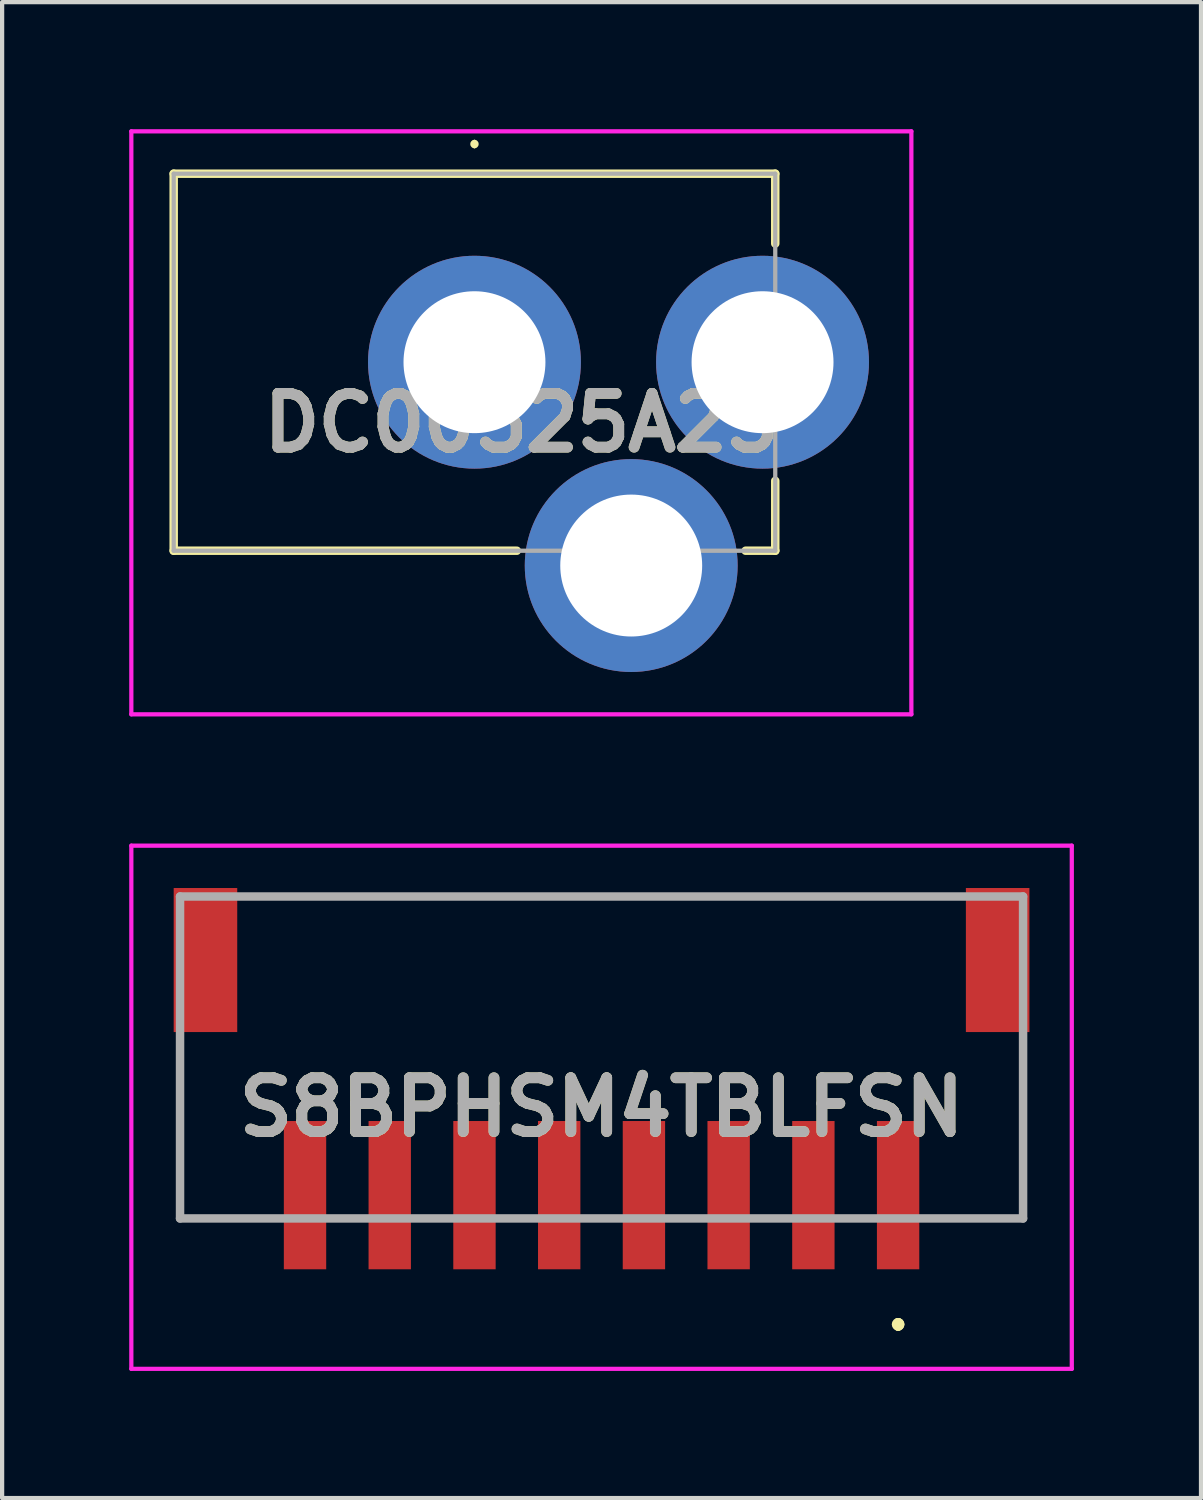
<source format=kicad_pcb>
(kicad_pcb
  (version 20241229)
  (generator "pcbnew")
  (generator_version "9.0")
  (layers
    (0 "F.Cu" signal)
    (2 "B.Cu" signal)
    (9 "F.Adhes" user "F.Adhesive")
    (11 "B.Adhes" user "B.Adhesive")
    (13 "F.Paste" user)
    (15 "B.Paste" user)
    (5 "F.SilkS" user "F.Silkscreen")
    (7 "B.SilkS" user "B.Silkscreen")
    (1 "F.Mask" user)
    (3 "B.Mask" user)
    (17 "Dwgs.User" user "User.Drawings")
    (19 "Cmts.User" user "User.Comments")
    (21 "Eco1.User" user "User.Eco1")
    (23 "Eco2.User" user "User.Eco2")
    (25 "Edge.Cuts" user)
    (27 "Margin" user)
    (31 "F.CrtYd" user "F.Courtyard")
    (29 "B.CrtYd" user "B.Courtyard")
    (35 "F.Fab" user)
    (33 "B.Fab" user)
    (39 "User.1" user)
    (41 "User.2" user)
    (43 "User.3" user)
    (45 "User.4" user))
  (footprint "S8BPHSM4TBLFSN"
    (layer "F.Cu")
    (at 11.15 21.912)
    (property "Reference" "S8BPHSM4TBLFSN" (at 0 1.175 0) (layer "F.SilkS") (effects (font (size 1.27 1.27) (thickness 0.254))))
    (attr smd)
    (fp_line (start -9.95 0) (end -9.95 0) (stroke (width 0.1) (type solid)) (layer "F.SilkS"))
    (fp_line (start -9.95 0) (end -9.95 3.8) (stroke (width 0.1) (type solid)) (layer "F.SilkS"))
    (fp_line (start -9.95 3.8) (end -9.95 0) (stroke (width 0.1) (type solid)) (layer "F.SilkS"))
    (fp_line (start -9.95 3.8) (end -9.95 3.8) (stroke (width 0.1) (type solid)) (layer "F.SilkS"))
    (fp_line (start -9.95 3.8) (end -9.95 3.8) (stroke (width 0.1) (type solid)) (layer "F.SilkS"))
    (fp_line (start -9.95 3.8) (end -8.25 3.8) (stroke (width 0.1) (type solid)) (layer "F.SilkS"))
    (fp_line (start -8.25 3.8) (end -9.95 3.8) (stroke (width 0.1) (type solid)) (layer "F.SilkS"))
    (fp_line (start -8.25 3.8) (end -8.25 3.8) (stroke (width 0.1) (type solid)) (layer "F.SilkS"))
    (fp_line (start -8 -3.8) (end -8 -3.8) (stroke (width 0.1) (type solid)) (layer "F.SilkS"))
    (fp_line (start -8 -3.8) (end 8 -3.8) (stroke (width 0.1) (type solid)) (layer "F.SilkS"))
    (fp_line (start 7 6.25) (end 7 6.25) (stroke (width 0.2) (type solid)) (layer "F.SilkS"))
    (fp_line (start 7 6.35) (end 7 6.35) (stroke (width 0.2) (type solid)) (layer "F.SilkS"))
    (fp_line (start 7 6.35) (end 7 6.35) (stroke (width 0.2) (type solid)) (layer "F.SilkS"))
    (fp_line (start 8 -3.8) (end -8 -3.8) (stroke (width 0.1) (type solid)) (layer "F.SilkS"))
    (fp_line (start 8 -3.8) (end 8 -3.8) (stroke (width 0.1) (type solid)) (layer "F.SilkS"))
    (fp_line (start 8.25 3.8) (end 8.25 3.8) (stroke (width 0.1) (type solid)) (layer "F.SilkS"))
    (fp_line (start 8.25 3.8) (end 9.95 3.8) (stroke (width 0.1) (type solid)) (layer "F.SilkS"))
    (fp_line (start 9.95 0) (end 9.95 0) (stroke (width 0.1) (type solid)) (layer "F.SilkS"))
    (fp_line (start 9.95 0) (end 9.95 3.75) (stroke (width 0.1) (type solid)) (layer "F.SilkS"))
    (fp_line (start 9.95 3.75) (end 9.95 0) (stroke (width 0.1) (type solid)) (layer "F.SilkS"))
    (fp_line (start 9.95 3.75) (end 9.95 3.75) (stroke (width 0.1) (type solid)) (layer "F.SilkS"))
    (fp_line (start 9.95 3.8) (end 8.25 3.8) (stroke (width 0.1) (type solid)) (layer "F.SilkS"))
    (fp_line (start 9.95 3.8) (end 9.95 3.8) (stroke (width 0.1) (type solid)) (layer "F.SilkS"))
    (fp_arc (start 7 6.25) (mid 7.05 6.3) (end 7 6.35) (stroke (width 0.2) (type solid)) (layer "F.SilkS"))
    (fp_arc (start 7 6.25) (mid 7.05 6.3) (end 7 6.35) (stroke (width 0.2) (type solid)) (layer "F.SilkS"))
    (fp_arc (start 7 6.35) (mid 6.95 6.3) (end 7 6.25) (stroke (width 0.2) (type solid)) (layer "F.SilkS"))
    (fp_line (start -11.1 -5) (end 11.1 -5) (stroke (width 0.1) (type solid)) (layer "F.CrtYd"))
    (fp_line (start -11.1 7.35) (end -11.1 -5) (stroke (width 0.1) (type solid)) (layer "F.CrtYd"))
    (fp_line (start 11.1 -5) (end 11.1 7.35) (stroke (width 0.1) (type solid)) (layer "F.CrtYd"))
    (fp_line (start 11.1 7.35) (end -11.1 7.35) (stroke (width 0.1) (type solid)) (layer "F.CrtYd"))
    (fp_line (start -9.95 -3.8) (end -9.95 3.8) (stroke (width 0.2) (type solid)) (layer "F.Fab"))
    (fp_line (start -9.95 3.8) (end 9.95 3.8) (stroke (width 0.2) (type solid)) (layer "F.Fab"))
    (fp_line (start 9.95 -3.8) (end -9.95 -3.8) (stroke (width 0.2) (type solid)) (layer "F.Fab"))
    (fp_line (start 9.95 3.8) (end 9.95 -3.8) (stroke (width 0.2) (type solid)) (layer "F.Fab"))
    (fp_text user "${REFERENCE}" (at 0 1.175 0) (layer "F.Fab") (effects (font (size 1.27 1.27) (thickness 0.254))))
    (pad "1" smd rect (at 7 3.25) (size 1 3.5) (layers "F.Cu" "F.Mask" "F.Paste"))
    (pad "2" smd rect (at 5 3.25) (size 1 3.5) (layers "F.Cu" "F.Mask" "F.Paste"))
    (pad "3" smd rect (at 3 3.25) (size 1 3.5) (layers "F.Cu" "F.Mask" "F.Paste"))
    (pad "4" smd rect (at 1 3.25) (size 1 3.5) (layers "F.Cu" "F.Mask" "F.Paste"))
    (pad "5" smd rect (at -1 3.25) (size 1 3.5) (layers "F.Cu" "F.Mask" "F.Paste"))
    (pad "6" smd rect (at -3 3.25) (size 1 3.5) (layers "F.Cu" "F.Mask" "F.Paste"))
    (pad "7" smd rect (at -5 3.25) (size 1 3.5) (layers "F.Cu" "F.Mask" "F.Paste"))
    (pad "8" smd rect (at -7 3.25) (size 1 3.5) (layers "F.Cu" "F.Mask" "F.Paste"))
    (pad "MP1" smd rect (at 9.35 -2.3) (size 1.5 3.4) (layers "F.Cu" "F.Mask" "F.Paste"))
    (pad "MP2" smd rect (at -9.35 -2.3) (size 1.5 3.4) (layers "F.Cu" "F.Mask" "F.Paste")))
  (footprint "DC00525A25"
    (layer "F.Cu")
    (at 8.15 5.5)
    (property "Reference" "DC00525A25" (at 1.107 1.431 0) (layer "F.SilkS") (effects (font (size 1.27 1.27) (thickness 0.254))))
    (attr through_hole)
    (fp_line (start -7.1 -4.45) (end 7.1 -4.45) (stroke (width 0.2) (type solid)) (layer "F.SilkS"))
    (fp_line (start -7.1 4.45) (end -7.1 -4.45) (stroke (width 0.2) (type solid)) (layer "F.SilkS"))
    (fp_line (start 0 -5.2) (end 0 -5.2) (stroke (width 0.1) (type solid)) (layer "F.SilkS"))
    (fp_line (start 0 -5.1) (end 0 -5.1) (stroke (width 0.1) (type solid)) (layer "F.SilkS"))
    (fp_line (start 1 4.45) (end -7.1 4.45) (stroke (width 0.2) (type solid)) (layer "F.SilkS"))
    (fp_line (start 6.4 4.45) (end 7.1 4.45) (stroke (width 0.2) (type solid)) (layer "F.SilkS"))
    (fp_line (start 7.1 -4.45) (end 7.1 -2.8) (stroke (width 0.2) (type solid)) (layer "F.SilkS"))
    (fp_line (start 7.1 4.45) (end 7.1 2.8) (stroke (width 0.2) (type solid)) (layer "F.SilkS"))
    (fp_arc (start 0 -5.2) (mid 0.05 -5.15) (end 0 -5.1) (stroke (width 0.1) (type solid)) (layer "F.SilkS"))
    (fp_arc (start 0 -5.1) (mid -0.05 -5.15) (end 0 -5.2) (stroke (width 0.1) (type solid)) (layer "F.SilkS"))
    (fp_line (start -8.1 -5.45) (end -8.1 8.312) (stroke (width 0.1) (type solid)) (layer "F.CrtYd"))
    (fp_line (start -8.1 8.312) (end 10.313 8.312) (stroke (width 0.1) (type solid)) (layer "F.CrtYd"))
    (fp_line (start 10.313 -5.45) (end -8.1 -5.45) (stroke (width 0.1) (type solid)) (layer "F.CrtYd"))
    (fp_line (start 10.313 8.312) (end 10.313 -5.45) (stroke (width 0.1) (type solid)) (layer "F.CrtYd"))
    (fp_line (start -7.1 -4.45) (end 7.1 -4.45) (stroke (width 0.1) (type solid)) (layer "F.Fab"))
    (fp_line (start -7.1 4.45) (end -7.1 -4.45) (stroke (width 0.1) (type solid)) (layer "F.Fab"))
    (fp_line (start 7.1 -4.45) (end 7.1 4.45) (stroke (width 0.1) (type solid)) (layer "F.Fab"))
    (fp_line (start 7.1 4.45) (end -7.1 4.45) (stroke (width 0.1) (type solid)) (layer "F.Fab"))
    (fp_text user "${REFERENCE}" (at 1.107 1.431 0) (layer "F.Fab") (effects (font (size 1.27 1.27) (thickness 0.254))))
    (pad "1" thru_hole circle (at 0 0) (size 5.025 5.025) (drill 3.35) (layers "*.Cu" "*.Mask"))
    (pad "2" thru_hole circle (at 3.7 4.8) (size 5.025 5.025) (drill 3.35) (layers "*.Cu" "*.Mask"))
    (pad "3" thru_hole circle (at 6.8 0) (size 5.025 5.025) (drill 3.35) (layers "*.Cu" "*.Mask")))
  (gr_rect
    (start -3 -3)
    (end 25.3 32.312)
    (stroke (width 0.1) (type default))
    (fill no)
    (layer "Edge.Cuts")))
</source>
